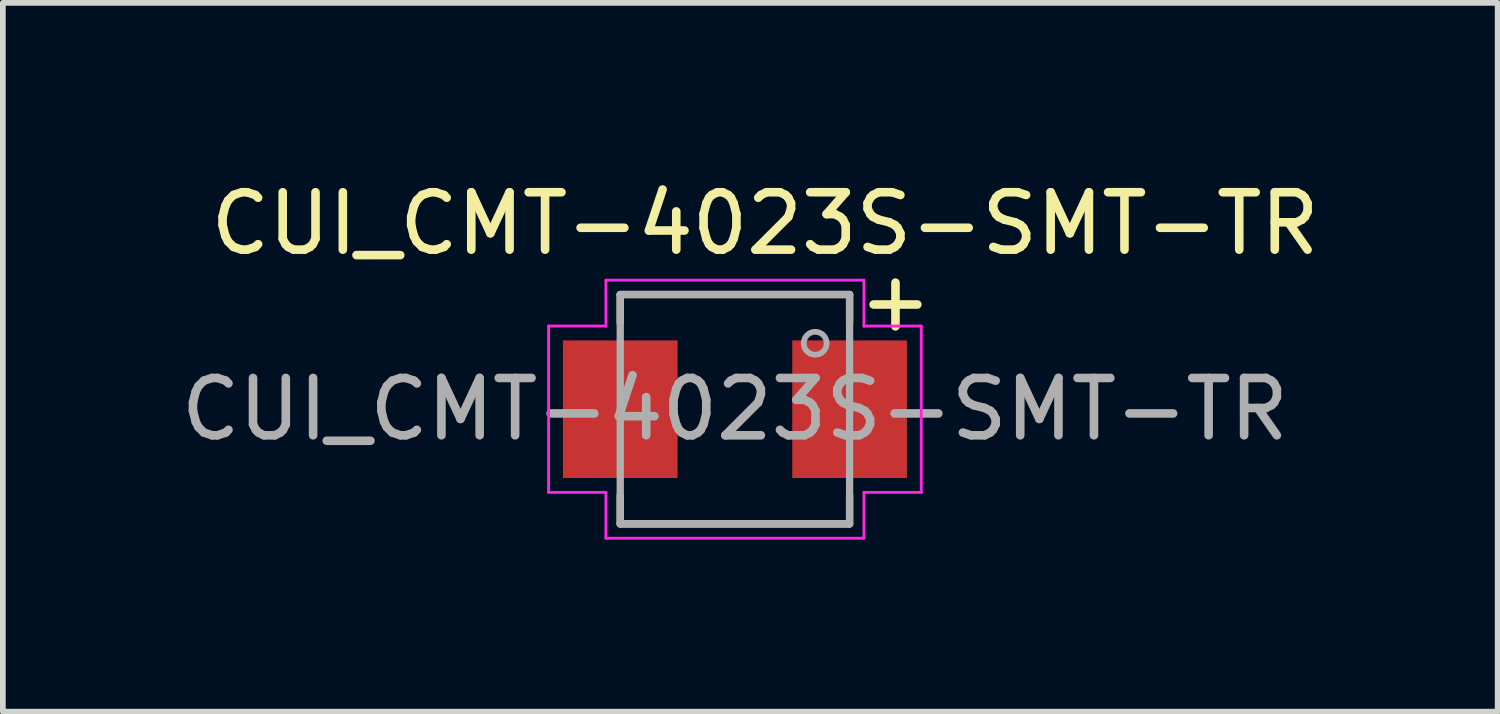
<source format=kicad_pcb>
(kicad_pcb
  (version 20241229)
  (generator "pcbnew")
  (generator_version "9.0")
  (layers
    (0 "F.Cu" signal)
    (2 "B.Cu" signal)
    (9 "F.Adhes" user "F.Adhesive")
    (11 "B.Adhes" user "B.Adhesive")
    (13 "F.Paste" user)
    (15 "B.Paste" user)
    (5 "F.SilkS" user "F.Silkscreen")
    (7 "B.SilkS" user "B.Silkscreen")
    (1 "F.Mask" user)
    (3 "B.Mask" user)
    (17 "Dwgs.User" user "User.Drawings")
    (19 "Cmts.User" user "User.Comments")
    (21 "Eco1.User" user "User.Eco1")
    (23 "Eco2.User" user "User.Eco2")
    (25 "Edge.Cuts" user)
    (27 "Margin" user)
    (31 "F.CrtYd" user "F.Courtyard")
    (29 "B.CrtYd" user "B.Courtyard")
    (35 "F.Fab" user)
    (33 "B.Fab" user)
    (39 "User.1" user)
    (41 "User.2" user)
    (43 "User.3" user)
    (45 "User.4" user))
  (footprint "CUI_CMT-4023S-SMT-TR"
    (layer "F.Cu")
    (at 9.768 4.087)
    (property "Reference" "CUI_CMT-4023S-SMT-TR" (at 0.526 -3.238 0) (layer "F.SilkS") (effects (font (size 1.001 1.001) (thickness 0.15))))
    (attr smd)
    (fp_line (start -2 -2) (end -2 -1.5) (stroke (width 0.127) (type solid)) (layer "F.SilkS"))
    (fp_line (start -2 -2) (end 2 -2) (stroke (width 0.127) (type solid)) (layer "F.SilkS"))
    (fp_line (start -2 1.5) (end -2 2) (stroke (width 0.127) (type solid)) (layer "F.SilkS"))
    (fp_line (start 2 -2) (end 2 -1.5) (stroke (width 0.127) (type solid)) (layer "F.SilkS"))
    (fp_line (start 2 1.5) (end 2 2) (stroke (width 0.127) (type solid)) (layer "F.SilkS"))
    (fp_line (start 2 2) (end -2 2) (stroke (width 0.127) (type solid)) (layer "F.SilkS"))
    (fp_line (start -3.25 -1.45) (end -3.25 1.45) (stroke (width 0.05) (type solid)) (layer "F.CrtYd"))
    (fp_line (start -3.25 -1.45) (end -2.25 -1.45) (stroke (width 0.05) (type solid)) (layer "F.CrtYd"))
    (fp_line (start -3.25 1.45) (end -2.25 1.45) (stroke (width 0.05) (type solid)) (layer "F.CrtYd"))
    (fp_line (start -2.25 -1.45) (end -2.25 -2.25) (stroke (width 0.05) (type solid)) (layer "F.CrtYd"))
    (fp_line (start -2.25 1.45) (end -2.25 2.25) (stroke (width 0.05) (type solid)) (layer "F.CrtYd"))
    (fp_line (start -2.25 2.25) (end 2.25 2.25) (stroke (width 0.05) (type solid)) (layer "F.CrtYd"))
    (fp_line (start 2.25 -2.25) (end -2.25 -2.25) (stroke (width 0.05) (type solid)) (layer "F.CrtYd"))
    (fp_line (start 2.25 -1.45) (end 2.25 -2.25) (stroke (width 0.05) (type solid)) (layer "F.CrtYd"))
    (fp_line (start 2.25 -1.45) (end 3.25 -1.45) (stroke (width 0.05) (type solid)) (layer "F.CrtYd"))
    (fp_line (start 2.25 1.45) (end 3.25 1.45) (stroke (width 0.05) (type solid)) (layer "F.CrtYd"))
    (fp_line (start 2.25 2.25) (end 2.25 1.45) (stroke (width 0.05) (type solid)) (layer "F.CrtYd"))
    (fp_line (start 3.25 1.45) (end 3.25 -1.45) (stroke (width 0.05) (type solid)) (layer "F.CrtYd"))
    (fp_line (start -2 -2) (end 2 -2) (stroke (width 0.127) (type solid)) (layer "F.Fab"))
    (fp_line (start -2 2) (end -2 -2) (stroke (width 0.127) (type solid)) (layer "F.Fab"))
    (fp_line (start 2 -2) (end 2 2) (stroke (width 0.127) (type solid)) (layer "F.Fab"))
    (fp_line (start 2 2) (end -2 2) (stroke (width 0.127) (type solid)) (layer "F.Fab"))
    (fp_circle (center 1.4 -1.15) (end 1.6 -1.15) (stroke (width 0.1) (type solid)) (fill no) (layer "F.Fab"))
    (fp_text user "+" (at 2.8 -1.9 0) (layer "F.SilkS") (effects (font (size 1.001 1.001) (thickness 0.15))))
    (fp_text user "${REFERENCE}" (at 0 0 0) (unlocked yes) (layer "F.Fab") (effects (font (size 1 1) (thickness 0.15))))
    (pad "N" smd rect (at -2 0) (size 2 2.4) (layers "F.Cu" "F.Mask" "F.Paste"))
    (pad "P" smd rect (at 2 0) (size 2 2.4) (layers "F.Cu" "F.Mask" "F.Paste")))
  (gr_rect
    (start -3 -3)
    (end 23.071 9.362)
    (stroke (width 0.1) (type default))
    (fill no)
    (layer "Edge.Cuts")))
</source>
